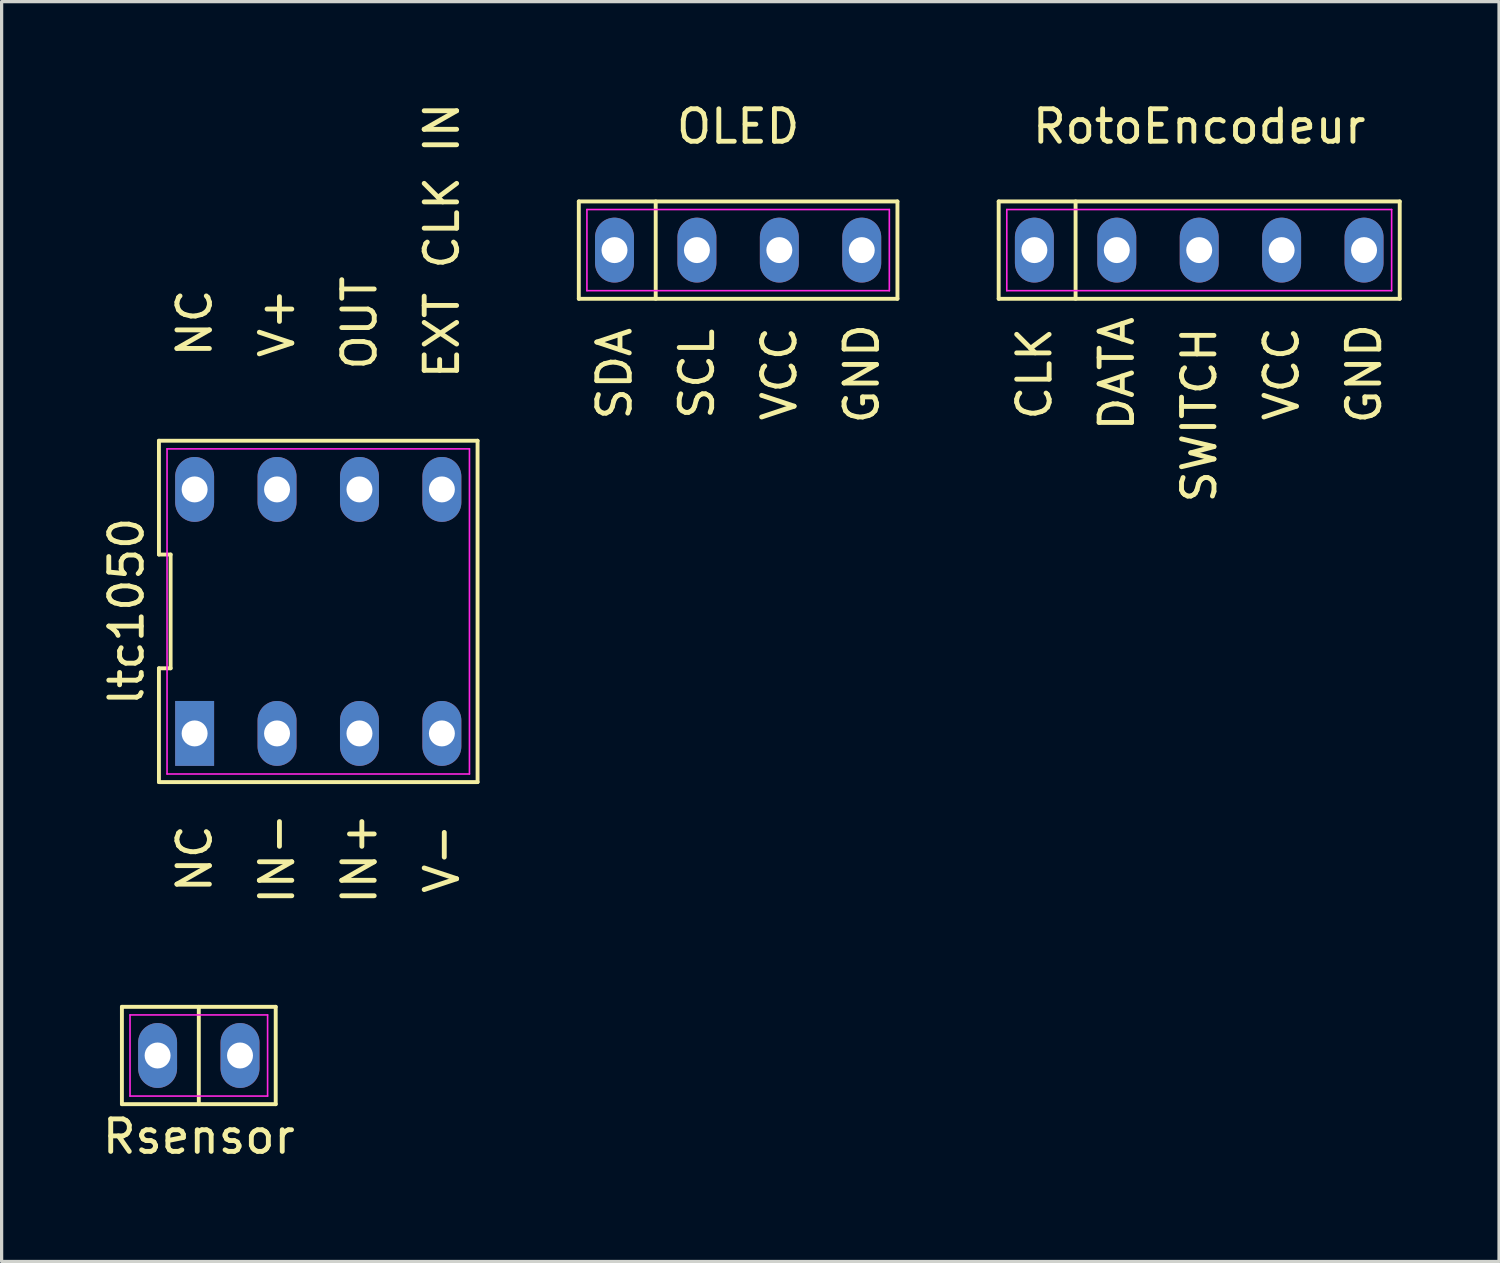
<source format=kicad_pcb>
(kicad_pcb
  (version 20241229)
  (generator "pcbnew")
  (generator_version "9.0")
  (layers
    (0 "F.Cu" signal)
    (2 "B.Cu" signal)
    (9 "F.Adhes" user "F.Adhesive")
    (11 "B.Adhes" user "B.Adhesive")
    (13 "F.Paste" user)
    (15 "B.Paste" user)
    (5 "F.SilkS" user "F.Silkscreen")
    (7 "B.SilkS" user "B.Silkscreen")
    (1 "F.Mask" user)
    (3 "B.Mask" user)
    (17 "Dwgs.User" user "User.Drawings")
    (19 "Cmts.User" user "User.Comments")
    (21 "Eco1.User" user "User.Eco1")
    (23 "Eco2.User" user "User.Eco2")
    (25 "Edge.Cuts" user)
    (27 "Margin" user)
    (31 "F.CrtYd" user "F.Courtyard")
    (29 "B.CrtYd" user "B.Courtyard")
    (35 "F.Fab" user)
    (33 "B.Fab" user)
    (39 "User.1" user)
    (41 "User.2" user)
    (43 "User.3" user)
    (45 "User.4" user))
  (footprint "OLED"
    (layer "F.Cu")
    (at 19.698 4.658)
    (property "Reference" "OLED" (at 0 -3.81 0) (layer "F.SilkS") (effects (font (size 1 1) (thickness 0.15))))
    (attr through_hole)
    (fp_line (start -4.91 -1.5) (end 4.91 -1.5) (stroke (width 0.12) (type solid)) (layer "F.SilkS"))
    (fp_line (start -4.91 1.5) (end -4.91 -1.5) (stroke (width 0.12) (type solid)) (layer "F.SilkS"))
    (fp_line (start -2.54 -1.5) (end -2.54 1.5) (stroke (width 0.12) (type solid)) (layer "F.SilkS"))
    (fp_line (start 4.91 -1.5) (end 4.91 1.5) (stroke (width 0.12) (type solid)) (layer "F.SilkS"))
    (fp_line (start 4.91 1.5) (end -4.91 1.5) (stroke (width 0.12) (type solid)) (layer "F.SilkS"))
    (fp_line (start -4.66 -1.25) (end 4.66 -1.25) (stroke (width 0.05) (type solid)) (layer "F.CrtYd"))
    (fp_line (start -4.66 1.25) (end -4.66 -1.25) (stroke (width 0.05) (type solid)) (layer "F.CrtYd"))
    (fp_line (start 4.66 -1.25) (end 4.66 1.25) (stroke (width 0.05) (type solid)) (layer "F.CrtYd"))
    (fp_line (start 4.66 1.25) (end -4.66 1.25) (stroke (width 0.05) (type solid)) (layer "F.CrtYd"))
    (fp_text user "SDA" (at -3.81 3.81 90) (layer "F.SilkS") (effects (font (size 1 1) (thickness 0.15))))
    (fp_text user "SCL" (at -1.27 3.81 90) (layer "F.SilkS") (effects (font (size 1 1) (thickness 0.15))))
    (fp_text user "GND" (at 3.81 3.81 90) (layer "F.SilkS") (effects (font (size 1 1) (thickness 0.15))))
    (fp_text user "VCC" (at 1.27 3.81 90) (layer "F.SilkS") (effects (font (size 1 1) (thickness 0.15))))
    (pad "1" thru_hole oval (at -3.81 0) (size 1.2 2) (drill 0.8) (layers "*.Cu" "*.Mask"))
    (pad "2" thru_hole oval (at -1.27 0) (size 1.2 2) (drill 0.8) (layers "*.Cu" "*.Mask"))
    (pad "3" thru_hole oval (at 1.27 0) (size 1.2 2) (drill 0.8) (layers "*.Cu" "*.Mask"))
    (pad "4" thru_hole oval (at 3.81 0) (size 1.2 2) (drill 0.8) (layers "*.Cu" "*.Mask")))
  (footprint "ltc1050"
    (layer "F.Cu")
    (at 6.758 15.793)
    (property "Reference" "ltc1050" (at -5.91 0 90) (layer "F.SilkS") (effects (font (size 1 1) (thickness 0.15))))
    (attr through_hole)
    (fp_line (start -4.91 -5.26) (end -4.91 -1.753) (stroke (width 0.12) (type solid)) (layer "F.SilkS"))
    (fp_line (start -4.91 -1.753) (end -4.55 -1.753) (stroke (width 0.12) (type solid)) (layer "F.SilkS"))
    (fp_line (start -4.91 1.753) (end -4.91 5.26) (stroke (width 0.12) (type solid)) (layer "F.SilkS"))
    (fp_line (start -4.91 5.26) (end 4.91 5.26) (stroke (width 0.12) (type solid)) (layer "F.SilkS"))
    (fp_line (start -4.55 -1.753) (end -4.55 1.753) (stroke (width 0.12) (type solid)) (layer "F.SilkS"))
    (fp_line (start -4.55 1.753) (end -4.91 1.753) (stroke (width 0.12) (type solid)) (layer "F.SilkS"))
    (fp_line (start 4.91 -5.26) (end -4.91 -5.26) (stroke (width 0.12) (type solid)) (layer "F.SilkS"))
    (fp_line (start 4.91 5.26) (end 4.91 -5.26) (stroke (width 0.12) (type solid)) (layer "F.SilkS"))
    (fp_line (start -4.66 -5.01) (end 4.66 -5.01) (stroke (width 0.05) (type solid)) (layer "F.CrtYd"))
    (fp_line (start -4.66 5.01) (end -4.66 -5.01) (stroke (width 0.05) (type solid)) (layer "F.CrtYd"))
    (fp_line (start 4.66 -5.01) (end 4.66 5.01) (stroke (width 0.05) (type solid)) (layer "F.CrtYd"))
    (fp_line (start 4.66 5.01) (end -4.66 5.01) (stroke (width 0.05) (type solid)) (layer "F.CrtYd"))
    (fp_text user "OUT" (at 1.27 -8.89 90) (layer "F.SilkS") (effects (font (size 1 1) (thickness 0.15))))
    (fp_text user "NC" (at -3.81 -8.89 90) (layer "F.SilkS") (effects (font (size 1 1) (thickness 0.15))))
    (fp_text user "IN-" (at -1.27 7.62 90) (layer "F.SilkS") (effects (font (size 1 1) (thickness 0.15))))
    (fp_text user "V+" (at -1.27 -8.89 90) (layer "F.SilkS") (effects (font (size 1 1) (thickness 0.15))))
    (fp_text user "NC" (at -3.81 7.62 90) (layer "F.SilkS") (effects (font (size 1 1) (thickness 0.15))))
    (fp_text user "EXT CLK IN" (at 3.81 -11.43 90) (layer "F.SilkS") (effects (font (size 1 1) (thickness 0.15))))
    (fp_text user "IN+" (at 1.27 7.62 90) (layer "F.SilkS") (effects (font (size 1 1) (thickness 0.15))))
    (fp_text user "V-" (at 3.81 7.62 90) (layer "F.SilkS") (effects (font (size 1 1) (thickness 0.15))))
    (pad "1" thru_hole rect (at -3.81 3.76) (size 1.2 2) (drill 0.8) (layers "*.Cu" "*.Mask"))
    (pad "2" thru_hole oval (at -1.27 3.76) (size 1.2 2) (drill 0.8) (layers "*.Cu" "*.Mask"))
    (pad "3" thru_hole oval (at 1.27 3.76) (size 1.2 2) (drill 0.8) (layers "*.Cu" "*.Mask"))
    (pad "4" thru_hole oval (at 3.81 3.76) (size 1.2 2) (drill 0.8) (layers "*.Cu" "*.Mask"))
    (pad "5" thru_hole oval (at 3.81 -3.76) (size 1.2 2) (drill 0.8) (layers "*.Cu" "*.Mask"))
    (pad "6" thru_hole oval (at 1.27 -3.76) (size 1.2 2) (drill 0.8) (layers "*.Cu" "*.Mask"))
    (pad "7" thru_hole oval (at -1.27 -3.76) (size 1.2 2) (drill 0.8) (layers "*.Cu" "*.Mask"))
    (pad "8" thru_hole oval (at -3.81 -3.76) (size 1.2 2) (drill 0.8) (layers "*.Cu" "*.Mask")))
  (footprint "Rsensor"
    (layer "F.Cu")
    (at 3.077 29.479)
    (property "Reference" "Rsensor" (at 0 2.5 0) (layer "F.SilkS") (effects (font (size 1 1) (thickness 0.15))))
    (attr through_hole)
    (fp_line (start -2.37 -1.5) (end 2.37 -1.5) (stroke (width 0.12) (type solid)) (layer "F.SilkS"))
    (fp_line (start -2.37 1.5) (end -2.37 -1.5) (stroke (width 0.12) (type solid)) (layer "F.SilkS"))
    (fp_line (start 0 -1.5) (end 0 1.5) (stroke (width 0.12) (type solid)) (layer "F.SilkS"))
    (fp_line (start 2.37 -1.5) (end 2.37 1.5) (stroke (width 0.12) (type solid)) (layer "F.SilkS"))
    (fp_line (start 2.37 1.5) (end -2.37 1.5) (stroke (width 0.12) (type solid)) (layer "F.SilkS"))
    (fp_line (start -2.12 -1.25) (end 2.12 -1.25) (stroke (width 0.05) (type solid)) (layer "F.CrtYd"))
    (fp_line (start -2.12 1.25) (end -2.12 -1.25) (stroke (width 0.05) (type solid)) (layer "F.CrtYd"))
    (fp_line (start 2.12 -1.25) (end 2.12 1.25) (stroke (width 0.05) (type solid)) (layer "F.CrtYd"))
    (fp_line (start 2.12 1.25) (end -2.12 1.25) (stroke (width 0.05) (type solid)) (layer "F.CrtYd"))
    (pad "1" thru_hole oval (at -1.27 0) (size 1.2 2) (drill 0.8) (layers "*.Cu" "*.Mask"))
    (pad "2" thru_hole oval (at 1.27 0) (size 1.2 2) (drill 0.8) (layers "*.Cu" "*.Mask")))
  (footprint "RotoEncodeur"
    (layer "F.Cu")
    (at 33.908 4.658)
    (property "Reference" "RotoEncodeur" (at 0 -3.81 0) (layer "F.SilkS") (effects (font (size 1 1) (thickness 0.15))))
    (attr through_hole)
    (fp_line (start -6.18 -1.5) (end 6.18 -1.5) (stroke (width 0.12) (type solid)) (layer "F.SilkS"))
    (fp_line (start -6.18 1.5) (end -6.18 -1.5) (stroke (width 0.12) (type solid)) (layer "F.SilkS"))
    (fp_line (start -3.81 -1.5) (end -3.81 1.5) (stroke (width 0.12) (type solid)) (layer "F.SilkS"))
    (fp_line (start 6.18 -1.5) (end 6.18 1.5) (stroke (width 0.12) (type solid)) (layer "F.SilkS"))
    (fp_line (start 6.18 1.5) (end -6.18 1.5) (stroke (width 0.12) (type solid)) (layer "F.SilkS"))
    (fp_line (start -5.93 -1.25) (end 5.93 -1.25) (stroke (width 0.05) (type solid)) (layer "F.CrtYd"))
    (fp_line (start -5.93 1.25) (end -5.93 -1.25) (stroke (width 0.05) (type solid)) (layer "F.CrtYd"))
    (fp_line (start 5.93 -1.25) (end 5.93 1.25) (stroke (width 0.05) (type solid)) (layer "F.CrtYd"))
    (fp_line (start 5.93 1.25) (end -5.93 1.25) (stroke (width 0.05) (type solid)) (layer "F.CrtYd"))
    (fp_text user "DATA" (at -2.54 3.81 90) (layer "F.SilkS") (effects (font (size 1 1) (thickness 0.15))))
    (fp_text user "SWITCH" (at 0 5.08 90) (layer "F.SilkS") (effects (font (size 1 1) (thickness 0.15))))
    (fp_text user "VCC" (at 2.54 3.81 90) (layer "F.SilkS") (effects (font (size 1 1) (thickness 0.15))))
    (fp_text user "CLK" (at -5.08 3.81 90) (layer "F.SilkS") (effects (font (size 1 1) (thickness 0.15))))
    (fp_text user "GND" (at 5.08 3.81 90) (layer "F.SilkS") (effects (font (size 1 1) (thickness 0.15))))
    (pad "1" thru_hole oval (at -5.08 0) (size 1.2 2) (drill 0.8) (layers "*.Cu" "*.Mask"))
    (pad "2" thru_hole oval (at -2.54 0) (size 1.2 2) (drill 0.8) (layers "*.Cu" "*.Mask"))
    (pad "3" thru_hole oval (at 0 0) (size 1.2 2) (drill 0.8) (layers "*.Cu" "*.Mask"))
    (pad "4" thru_hole oval (at 2.54 0) (size 1.2 2) (drill 0.8) (layers "*.Cu" "*.Mask"))
    (pad "5" thru_hole oval (at 5.08 0) (size 1.2 2) (drill 0.8) (layers "*.Cu" "*.Mask")))
  (gr_rect
    (start -3 -3)
    (end 43.148 35.827)
    (stroke (width 0.1) (type default))
    (fill no)
    (layer "Edge.Cuts")))
</source>
